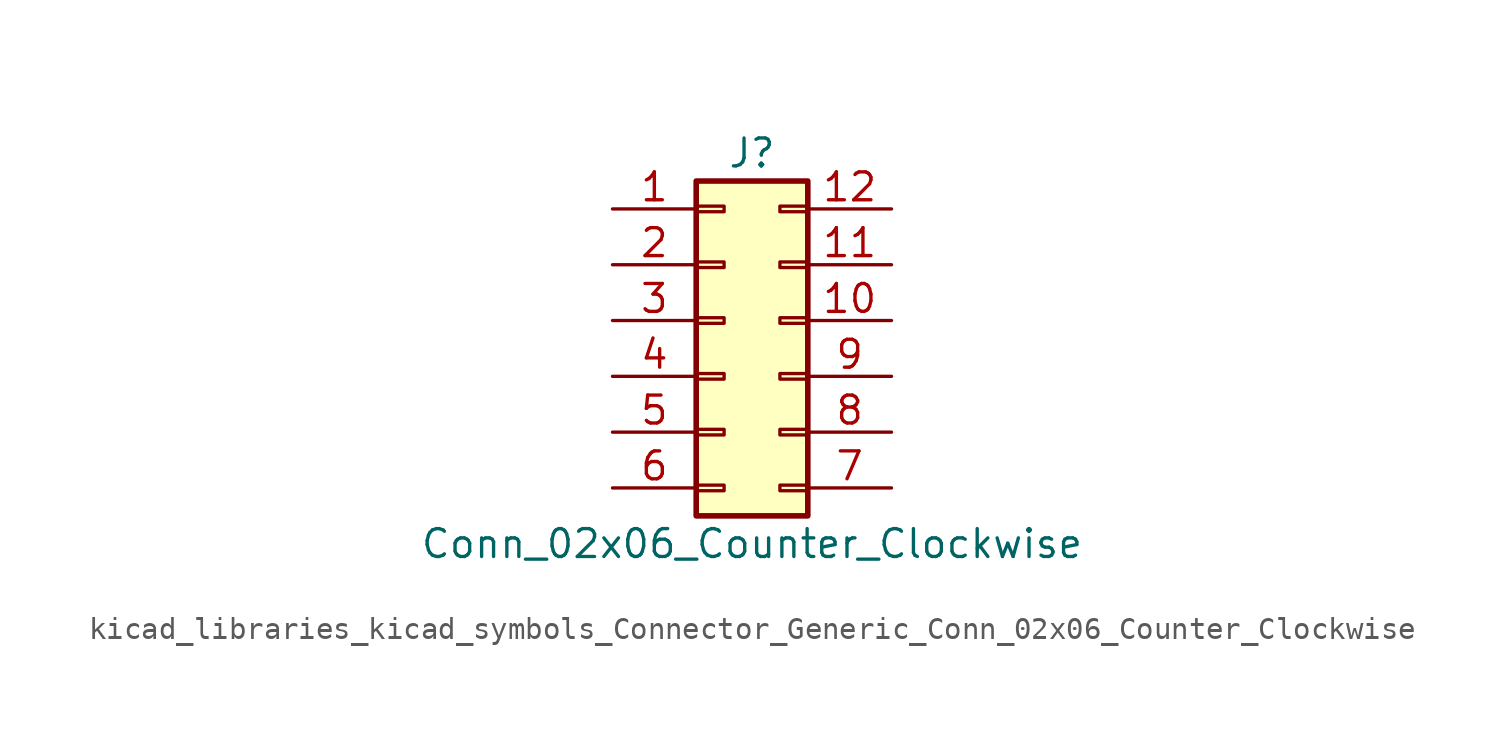
<source format=kicad_sym>
(kicad_symbol_lib
  (version 20220914)
  (generator kicad_symbol_editor)
  (symbol "kicad_libraries_kicad_symbols_Connector_Generic_Conn_02x06_Counter_Clockwise"
    (pin_names
      (offset 1.016) hide)
    (property "Reference" "J"
      (at 1.27 7.62 0)
      (effects (font (size 1.27 1.27))))
    (property "Value" "Conn_02x06_Counter_Clockwise"
      (at 1.27 -10.16 0)
      (effects (font (size 1.27 1.27))))
    (symbol "kicad_libraries_kicad_symbols_Connector_Generic_Conn_02x06_Counter_Clockwise_1_1"
      (rectangle (start -1.27 -7.493) (end 0 -7.747) (stroke (width 0.152) (type default)) (fill (type none)))
      (rectangle (start -1.27 -4.953) (end 0 -5.207) (stroke (width 0.152) (type default)) (fill (type none)))
      (rectangle (start -1.27 -2.413) (end 0 -2.667) (stroke (width 0.152) (type default)) (fill (type none)))
      (rectangle (start -1.27 0.127) (end 0 -0.127) (stroke (width 0.152) (type default)) (fill (type none)))
      (rectangle (start -1.27 2.667) (end 0 2.413) (stroke (width 0.152) (type default)) (fill (type none)))
      (rectangle (start -1.27 5.207) (end 0 4.953) (stroke (width 0.152) (type default)) (fill (type none)))
      (rectangle (start -1.27 6.35) (end 3.81 -8.89) (stroke (width 0.254) (type default)) (fill (type background)))
      (rectangle (start 3.81 -7.493) (end 2.54 -7.747) (stroke (width 0.152) (type default)) (fill (type none)))
      (rectangle (start 3.81 -4.953) (end 2.54 -5.207) (stroke (width 0.152) (type default)) (fill (type none)))
      (rectangle (start 3.81 -2.413) (end 2.54 -2.667) (stroke (width 0.152) (type default)) (fill (type none)))
      (rectangle (start 3.81 0.127) (end 2.54 -0.127) (stroke (width 0.152) (type default)) (fill (type none)))
      (rectangle (start 3.81 2.667) (end 2.54 2.413) (stroke (width 0.152) (type default)) (fill (type none)))
      (rectangle (start 3.81 5.207) (end 2.54 4.953) (stroke (width 0.152) (type default)) (fill (type none)))
      (pin passive line (at -5.08 5.08 0) (length 3.81) (name "Pin_1" (effects (font (size 1.27 1.27)))) (number "1" (effects (font (size 1.27 1.27)))))
      (pin passive line (at 7.62 0 180) (length 3.81) (name "Pin_10" (effects (font (size 1.27 1.27)))) (number "10" (effects (font (size 1.27 1.27)))))
      (pin passive line (at 7.62 2.54 180) (length 3.81) (name "Pin_11" (effects (font (size 1.27 1.27)))) (number "11" (effects (font (size 1.27 1.27)))))
      (pin passive line (at 7.62 5.08 180) (length 3.81) (name "Pin_12" (effects (font (size 1.27 1.27)))) (number "12" (effects (font (size 1.27 1.27)))))
      (pin passive line (at -5.08 2.54 0) (length 3.81) (name "Pin_2" (effects (font (size 1.27 1.27)))) (number "2" (effects (font (size 1.27 1.27)))))
      (pin passive line (at -5.08 0 0) (length 3.81) (name "Pin_3" (effects (font (size 1.27 1.27)))) (number "3" (effects (font (size 1.27 1.27)))))
      (pin passive line (at -5.08 -2.54 0) (length 3.81) (name "Pin_4" (effects (font (size 1.27 1.27)))) (number "4" (effects (font (size 1.27 1.27)))))
      (pin passive line (at -5.08 -5.08 0) (length 3.81) (name "Pin_5" (effects (font (size 1.27 1.27)))) (number "5" (effects (font (size 1.27 1.27)))))
      (pin passive line (at -5.08 -7.62 0) (length 3.81) (name "Pin_6" (effects (font (size 1.27 1.27)))) (number "6" (effects (font (size 1.27 1.27)))))
      (pin passive line (at 7.62 -7.62 180) (length 3.81) (name "Pin_7" (effects (font (size 1.27 1.27)))) (number "7" (effects (font (size 1.27 1.27)))))
      (pin passive line (at 7.62 -5.08 180) (length 3.81) (name "Pin_8" (effects (font (size 1.27 1.27)))) (number "8" (effects (font (size 1.27 1.27)))))
      (pin passive line (at 7.62 -2.54 180) (length 3.81) (name "Pin_9" (effects (font (size 1.27 1.27)))) (number "9" (effects (font (size 1.27 1.27))))))))
</source>
